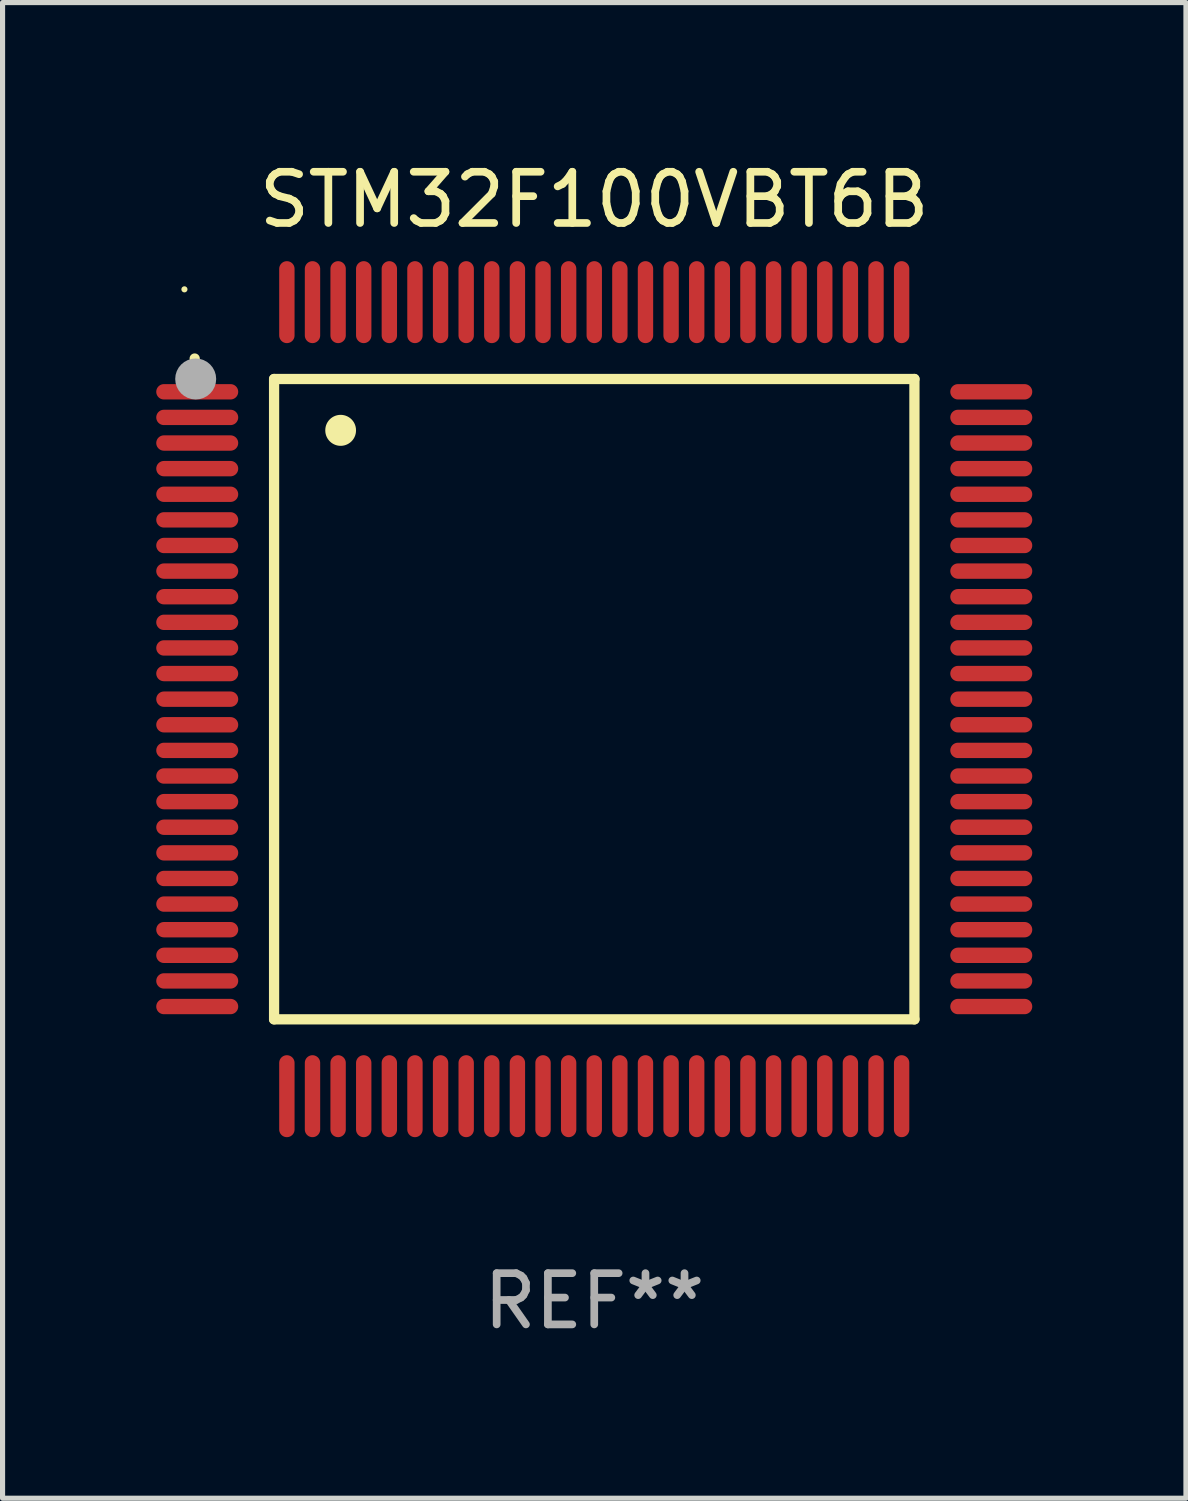
<source format=kicad_pcb>
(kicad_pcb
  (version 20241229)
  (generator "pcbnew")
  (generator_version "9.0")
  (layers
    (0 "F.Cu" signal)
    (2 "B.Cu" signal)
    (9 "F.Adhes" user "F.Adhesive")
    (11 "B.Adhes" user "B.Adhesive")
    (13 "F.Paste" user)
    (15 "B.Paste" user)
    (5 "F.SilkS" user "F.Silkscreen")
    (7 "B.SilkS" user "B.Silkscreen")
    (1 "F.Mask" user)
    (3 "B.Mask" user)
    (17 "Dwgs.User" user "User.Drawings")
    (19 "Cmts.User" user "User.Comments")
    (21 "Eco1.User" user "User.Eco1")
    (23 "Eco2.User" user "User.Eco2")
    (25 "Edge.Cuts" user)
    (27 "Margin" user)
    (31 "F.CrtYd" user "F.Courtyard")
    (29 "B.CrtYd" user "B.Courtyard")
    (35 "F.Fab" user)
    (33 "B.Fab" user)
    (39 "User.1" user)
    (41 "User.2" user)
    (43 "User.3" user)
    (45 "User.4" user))
  (footprint "STM32F100VBT6B"
    (layer "F.Cu")
    (at 8.55 10.598)
    (property "Reference" "STM32F100VBT6B" (at 0 -9.75 0) (layer "F.SilkS") (effects (font (size 1 1) (thickness 0.15))))
    (attr through_hole)
    (fp_line (start -6.25 -6.25) (end -6.25 6.25) (stroke (width 0.2) (type solid)) (layer "F.SilkS"))
    (fp_line (start -6.25 6.25) (end 6.25 6.25) (stroke (width 0.2) (type solid)) (layer "F.SilkS"))
    (fp_line (start 6.25 -6.25) (end -6.25 -6.25) (stroke (width 0.2) (type solid)) (layer "F.SilkS"))
    (fp_line (start 6.25 6.25) (end 6.25 -6.25) (stroke (width 0.2) (type solid)) (layer "F.SilkS"))
    (fp_arc (start -7.799568 -6.647625) (mid -7.799571 -6.648463) (end -7.799568 -6.649301) (stroke (width 0.2) (type solid)) (layer "F.SilkS"))
    (fp_arc (start -4.95047 -5.245111) (mid -4.950481 -5.247651) (end -4.95047 -5.250191) (stroke (width 0.6) (type solid)) (layer "F.SilkS"))
    (fp_circle (center -8 -8) (end -7.97 -8) (stroke (width 0.06) (type solid)) (fill no) (layer "F.SilkS"))
    (fp_circle (center -7.78 -6.25) (end -7.58 -6.25) (stroke (width 0.4) (type solid)) (fill no) (layer "F.Fab"))
    (fp_text user "REF**" (at 0 11.75 0) (layer "F.Fab") (effects (font (size 1 1) (thickness 0.15))))
    (pad "1" smd oval (at -7.75 -6 90) (size 0.3 1.6) (layers "F.Cu" "F.Mask" "F.Paste"))
    (pad "2" smd oval (at -7.75 -5.5 90) (size 0.3 1.6) (layers "F.Cu" "F.Mask" "F.Paste"))
    (pad "3" smd oval (at -7.75 -5 90) (size 0.3 1.6) (layers "F.Cu" "F.Mask" "F.Paste"))
    (pad "4" smd oval (at -7.75 -4.5 90) (size 0.3 1.6) (layers "F.Cu" "F.Mask" "F.Paste"))
    (pad "5" smd oval (at -7.75 -4 90) (size 0.3 1.6) (layers "F.Cu" "F.Mask" "F.Paste"))
    (pad "6" smd oval (at -7.75 -3.5 90) (size 0.3 1.6) (layers "F.Cu" "F.Mask" "F.Paste"))
    (pad "7" smd oval (at -7.75 -3 90) (size 0.3 1.6) (layers "F.Cu" "F.Mask" "F.Paste"))
    (pad "8" smd oval (at -7.75 -2.5 90) (size 0.3 1.6) (layers "F.Cu" "F.Mask" "F.Paste"))
    (pad "9" smd oval (at -7.75 -2 90) (size 0.3 1.6) (layers "F.Cu" "F.Mask" "F.Paste"))
    (pad "10" smd oval (at -7.75 -1.5 90) (size 0.3 1.6) (layers "F.Cu" "F.Mask" "F.Paste"))
    (pad "11" smd oval (at -7.75 -1 90) (size 0.3 1.6) (layers "F.Cu" "F.Mask" "F.Paste"))
    (pad "12" smd oval (at -7.75 -0.5 90) (size 0.3 1.6) (layers "F.Cu" "F.Mask" "F.Paste"))
    (pad "13" smd oval (at -7.75 0 90) (size 0.3 1.6) (layers "F.Cu" "F.Mask" "F.Paste"))
    (pad "14" smd oval (at -7.75 0.5 90) (size 0.3 1.6) (layers "F.Cu" "F.Mask" "F.Paste"))
    (pad "15" smd oval (at -7.75 1 90) (size 0.3 1.6) (layers "F.Cu" "F.Mask" "F.Paste"))
    (pad "16" smd oval (at -7.75 1.5 90) (size 0.3 1.6) (layers "F.Cu" "F.Mask" "F.Paste"))
    (pad "17" smd oval (at -7.75 2 90) (size 0.3 1.6) (layers "F.Cu" "F.Mask" "F.Paste"))
    (pad "18" smd oval (at -7.75 2.5 90) (size 0.3 1.6) (layers "F.Cu" "F.Mask" "F.Paste"))
    (pad "19" smd oval (at -7.75 3 90) (size 0.3 1.6) (layers "F.Cu" "F.Mask" "F.Paste"))
    (pad "20" smd oval (at -7.75 3.5 90) (size 0.3 1.6) (layers "F.Cu" "F.Mask" "F.Paste"))
    (pad "21" smd oval (at -7.75 4 90) (size 0.3 1.6) (layers "F.Cu" "F.Mask" "F.Paste"))
    (pad "22" smd oval (at -7.75 4.5 90) (size 0.3 1.6) (layers "F.Cu" "F.Mask" "F.Paste"))
    (pad "23" smd oval (at -7.75 5 90) (size 0.3 1.6) (layers "F.Cu" "F.Mask" "F.Paste"))
    (pad "24" smd oval (at -7.75 5.5 90) (size 0.3 1.6) (layers "F.Cu" "F.Mask" "F.Paste"))
    (pad "25" smd oval (at -7.75 6 90) (size 0.3 1.6) (layers "F.Cu" "F.Mask" "F.Paste"))
    (pad "26" smd oval (at -6 7.75) (size 0.3 1.6) (layers "F.Cu" "F.Mask" "F.Paste"))
    (pad "27" smd oval (at -5.5 7.75) (size 0.3 1.6) (layers "F.Cu" "F.Mask" "F.Paste"))
    (pad "28" smd oval (at -5 7.75) (size 0.3 1.6) (layers "F.Cu" "F.Mask" "F.Paste"))
    (pad "29" smd oval (at -4.5 7.75) (size 0.3 1.6) (layers "F.Cu" "F.Mask" "F.Paste"))
    (pad "30" smd oval (at -4 7.75) (size 0.3 1.6) (layers "F.Cu" "F.Mask" "F.Paste"))
    (pad "31" smd oval (at -3.5 7.75) (size 0.3 1.6) (layers "F.Cu" "F.Mask" "F.Paste"))
    (pad "32" smd oval (at -3 7.75) (size 0.3 1.6) (layers "F.Cu" "F.Mask" "F.Paste"))
    (pad "33" smd oval (at -2.5 7.75) (size 0.3 1.6) (layers "F.Cu" "F.Mask" "F.Paste"))
    (pad "34" smd oval (at -2 7.75) (size 0.3 1.6) (layers "F.Cu" "F.Mask" "F.Paste"))
    (pad "35" smd oval (at -1.5 7.75) (size 0.3 1.6) (layers "F.Cu" "F.Mask" "F.Paste"))
    (pad "36" smd oval (at -1 7.75) (size 0.3 1.6) (layers "F.Cu" "F.Mask" "F.Paste"))
    (pad "37" smd oval (at -0.5 7.75) (size 0.3 1.6) (layers "F.Cu" "F.Mask" "F.Paste"))
    (pad "38" smd oval (at 0 7.75) (size 0.3 1.6) (layers "F.Cu" "F.Mask" "F.Paste"))
    (pad "39" smd oval (at 0.5 7.75) (size 0.3 1.6) (layers "F.Cu" "F.Mask" "F.Paste"))
    (pad "40" smd oval (at 1 7.75) (size 0.3 1.6) (layers "F.Cu" "F.Mask" "F.Paste"))
    (pad "41" smd oval (at 1.5 7.75) (size 0.3 1.6) (layers "F.Cu" "F.Mask" "F.Paste"))
    (pad "42" smd oval (at 2 7.75) (size 0.3 1.6) (layers "F.Cu" "F.Mask" "F.Paste"))
    (pad "43" smd oval (at 2.5 7.75) (size 0.3 1.6) (layers "F.Cu" "F.Mask" "F.Paste"))
    (pad "44" smd oval (at 3 7.75) (size 0.3 1.6) (layers "F.Cu" "F.Mask" "F.Paste"))
    (pad "45" smd oval (at 3.5 7.75) (size 0.3 1.6) (layers "F.Cu" "F.Mask" "F.Paste"))
    (pad "46" smd oval (at 4 7.75) (size 0.3 1.6) (layers "F.Cu" "F.Mask" "F.Paste"))
    (pad "47" smd oval (at 4.5 7.75) (size 0.3 1.6) (layers "F.Cu" "F.Mask" "F.Paste"))
    (pad "48" smd oval (at 5 7.75) (size 0.3 1.6) (layers "F.Cu" "F.Mask" "F.Paste"))
    (pad "49" smd oval (at 5.5 7.75) (size 0.3 1.6) (layers "F.Cu" "F.Mask" "F.Paste"))
    (pad "50" smd oval (at 6 7.75) (size 0.3 1.6) (layers "F.Cu" "F.Mask" "F.Paste"))
    (pad "51" smd oval (at 7.75 6 90) (size 0.3 1.6) (layers "F.Cu" "F.Mask" "F.Paste"))
    (pad "52" smd oval (at 7.75 5.5 90) (size 0.3 1.6) (layers "F.Cu" "F.Mask" "F.Paste"))
    (pad "53" smd oval (at 7.75 5 90) (size 0.3 1.6) (layers "F.Cu" "F.Mask" "F.Paste"))
    (pad "54" smd oval (at 7.75 4.5 90) (size 0.3 1.6) (layers "F.Cu" "F.Mask" "F.Paste"))
    (pad "55" smd oval (at 7.75 4 90) (size 0.3 1.6) (layers "F.Cu" "F.Mask" "F.Paste"))
    (pad "56" smd oval (at 7.75 3.5 90) (size 0.3 1.6) (layers "F.Cu" "F.Mask" "F.Paste"))
    (pad "57" smd oval (at 7.75 3 90) (size 0.3 1.6) (layers "F.Cu" "F.Mask" "F.Paste"))
    (pad "58" smd oval (at 7.75 2.5 90) (size 0.3 1.6) (layers "F.Cu" "F.Mask" "F.Paste"))
    (pad "59" smd oval (at 7.75 2 90) (size 0.3 1.6) (layers "F.Cu" "F.Mask" "F.Paste"))
    (pad "60" smd oval (at 7.75 1.5 90) (size 0.3 1.6) (layers "F.Cu" "F.Mask" "F.Paste"))
    (pad "61" smd oval (at 7.75 1 90) (size 0.3 1.6) (layers "F.Cu" "F.Mask" "F.Paste"))
    (pad "62" smd oval (at 7.75 0.5 90) (size 0.3 1.6) (layers "F.Cu" "F.Mask" "F.Paste"))
    (pad "63" smd oval (at 7.75 0 90) (size 0.3 1.6) (layers "F.Cu" "F.Mask" "F.Paste"))
    (pad "64" smd oval (at 7.75 -0.5 90) (size 0.3 1.6) (layers "F.Cu" "F.Mask" "F.Paste"))
    (pad "65" smd oval (at 7.75 -1 90) (size 0.3 1.6) (layers "F.Cu" "F.Mask" "F.Paste"))
    (pad "66" smd oval (at 7.75 -1.5 90) (size 0.3 1.6) (layers "F.Cu" "F.Mask" "F.Paste"))
    (pad "67" smd oval (at 7.75 -2 90) (size 0.3 1.6) (layers "F.Cu" "F.Mask" "F.Paste"))
    (pad "68" smd oval (at 7.75 -2.5 90) (size 0.3 1.6) (layers "F.Cu" "F.Mask" "F.Paste"))
    (pad "69" smd oval (at 7.75 -3 90) (size 0.3 1.6) (layers "F.Cu" "F.Mask" "F.Paste"))
    (pad "70" smd oval (at 7.75 -3.5 90) (size 0.3 1.6) (layers "F.Cu" "F.Mask" "F.Paste"))
    (pad "71" smd oval (at 7.75 -4 90) (size 0.3 1.6) (layers "F.Cu" "F.Mask" "F.Paste"))
    (pad "72" smd oval (at 7.75 -4.5 90) (size 0.3 1.6) (layers "F.Cu" "F.Mask" "F.Paste"))
    (pad "73" smd oval (at 7.75 -5 90) (size 0.3 1.6) (layers "F.Cu" "F.Mask" "F.Paste"))
    (pad "74" smd oval (at 7.75 -5.5 90) (size 0.3 1.6) (layers "F.Cu" "F.Mask" "F.Paste"))
    (pad "75" smd oval (at 7.75 -6 90) (size 0.3 1.6) (layers "F.Cu" "F.Mask" "F.Paste"))
    (pad "76" smd oval (at 6 -7.75) (size 0.3 1.6) (layers "F.Cu" "F.Mask" "F.Paste"))
    (pad "77" smd oval (at 5.5 -7.75) (size 0.3 1.6) (layers "F.Cu" "F.Mask" "F.Paste"))
    (pad "78" smd oval (at 5 -7.75) (size 0.3 1.6) (layers "F.Cu" "F.Mask" "F.Paste"))
    (pad "79" smd oval (at 4.5 -7.75) (size 0.3 1.6) (layers "F.Cu" "F.Mask" "F.Paste"))
    (pad "80" smd oval (at 4 -7.75) (size 0.3 1.6) (layers "F.Cu" "F.Mask" "F.Paste"))
    (pad "81" smd oval (at 3.5 -7.75) (size 0.3 1.6) (layers "F.Cu" "F.Mask" "F.Paste"))
    (pad "82" smd oval (at 3 -7.75) (size 0.3 1.6) (layers "F.Cu" "F.Mask" "F.Paste"))
    (pad "83" smd oval (at 2.5 -7.75) (size 0.3 1.6) (layers "F.Cu" "F.Mask" "F.Paste"))
    (pad "84" smd oval (at 2 -7.75) (size 0.3 1.6) (layers "F.Cu" "F.Mask" "F.Paste"))
    (pad "85" smd oval (at 1.5 -7.75) (size 0.3 1.6) (layers "F.Cu" "F.Mask" "F.Paste"))
    (pad "86" smd oval (at 1 -7.75) (size 0.3 1.6) (layers "F.Cu" "F.Mask" "F.Paste"))
    (pad "87" smd oval (at 0.5 -7.75) (size 0.3 1.6) (layers "F.Cu" "F.Mask" "F.Paste"))
    (pad "88" smd oval (at 0 -7.75) (size 0.3 1.6) (layers "F.Cu" "F.Mask" "F.Paste"))
    (pad "89" smd oval (at -0.5 -7.75) (size 0.3 1.6) (layers "F.Cu" "F.Mask" "F.Paste"))
    (pad "90" smd oval (at -1 -7.75) (size 0.3 1.6) (layers "F.Cu" "F.Mask" "F.Paste"))
    (pad "91" smd oval (at -1.5 -7.75) (size 0.3 1.6) (layers "F.Cu" "F.Mask" "F.Paste"))
    (pad "92" smd oval (at -2 -7.75) (size 0.3 1.6) (layers "F.Cu" "F.Mask" "F.Paste"))
    (pad "93" smd oval (at -2.5 -7.75) (size 0.3 1.6) (layers "F.Cu" "F.Mask" "F.Paste"))
    (pad "94" smd oval (at -3 -7.75) (size 0.3 1.6) (layers "F.Cu" "F.Mask" "F.Paste"))
    (pad "95" smd oval (at -3.5 -7.75) (size 0.3 1.6) (layers "F.Cu" "F.Mask" "F.Paste"))
    (pad "96" smd oval (at -4 -7.75) (size 0.3 1.6) (layers "F.Cu" "F.Mask" "F.Paste"))
    (pad "97" smd oval (at -4.5 -7.75) (size 0.3 1.6) (layers "F.Cu" "F.Mask" "F.Paste"))
    (pad "98" smd oval (at -5 -7.75) (size 0.3 1.6) (layers "F.Cu" "F.Mask" "F.Paste"))
    (pad "99" smd oval (at -5.5 -7.75) (size 0.3 1.6) (layers "F.Cu" "F.Mask" "F.Paste"))
    (pad "100" smd oval (at -6 -7.75) (size 0.3 1.6) (layers "F.Cu" "F.Mask" "F.Paste")))
  (gr_rect
    (start -3 -3)
    (end 20.1 26.196)
    (stroke (width 0.1) (type default))
    (fill no)
    (layer "Edge.Cuts")))
</source>
